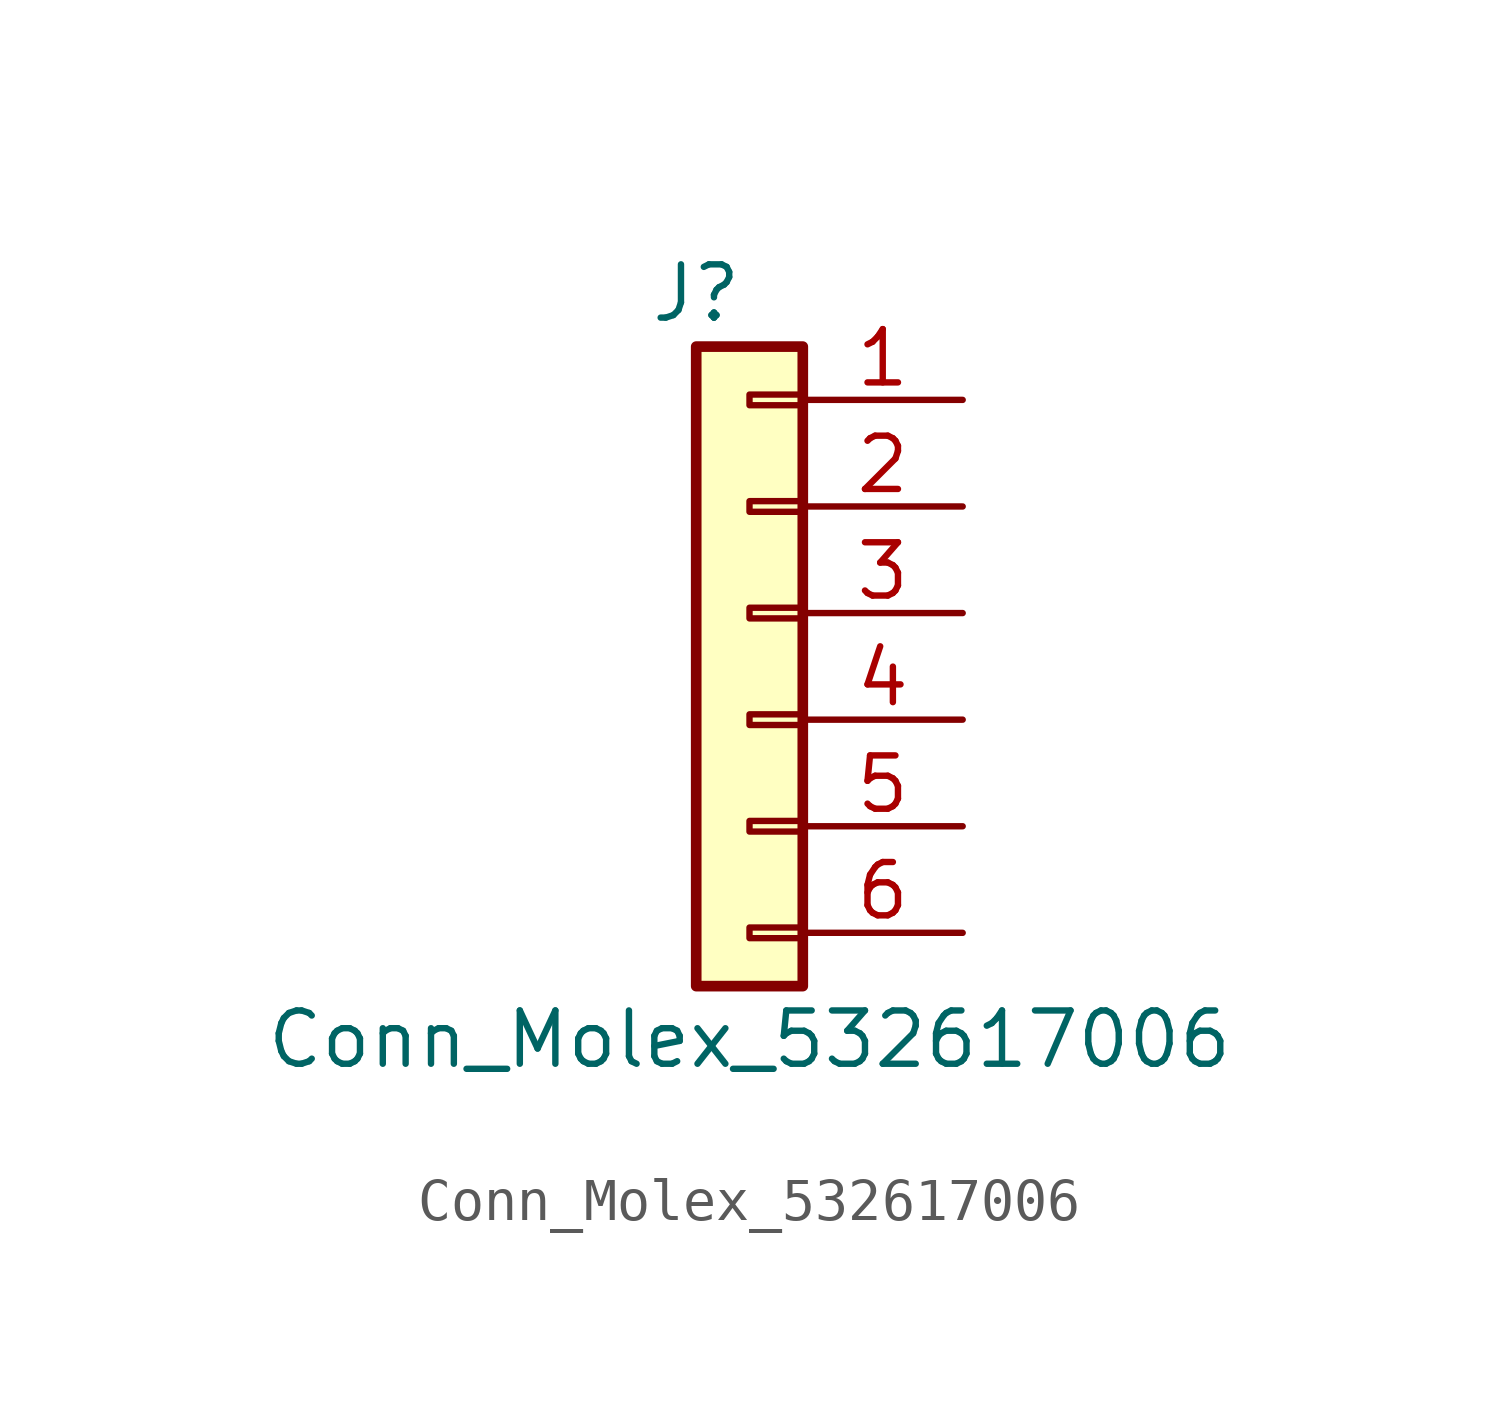
<source format=kicad_sym>
(kicad_symbol_lib
  (version 20211014)
  (generator kicad_symbol_editor)
  (symbol "Conn_Molex_532617006"
    (pin_names
      (offset 1.016) hide)
    (property "Reference" "J"
      (at -1.27 2.54 0)
      (effects (font (size 1.27 1.27))))
    (property "Value" "Conn_Molex_532617006"
      (at 0 -15.24 0)
      (effects (font (size 1.27 1.27))))
    (symbol "Conn_Molex_532617006_1_1"
      (rectangle (start 1.27 -12.573) (end 0 -12.827) (stroke (width 0.152) (type default) (color 0 0 0 0)) (fill (type none)))
      (rectangle (start 1.27 -10.033) (end 0 -10.287) (stroke (width 0.152) (type default) (color 0 0 0 0)) (fill (type none)))
      (rectangle (start 1.27 -7.493) (end 0 -7.747) (stroke (width 0.152) (type default) (color 0 0 0 0)) (fill (type none)))
      (rectangle (start 1.27 -4.953) (end 0 -5.207) (stroke (width 0.152) (type default) (color 0 0 0 0)) (fill (type none)))
      (rectangle (start 1.27 -2.413) (end 0 -2.667) (stroke (width 0.152) (type default) (color 0 0 0 0)) (fill (type none)))
      (rectangle (start 1.27 0.127) (end 0 -0.127) (stroke (width 0.152) (type default) (color 0 0 0 0)) (fill (type none)))
      (rectangle (start 1.27 1.27) (end -1.27 -13.97) (stroke (width 0.254) (type default) (color 0 0 0 0)) (fill (type background)))
      (pin passive line (at 5.08 0 180) (length 3.81) (name "Pin_1" (effects (font (size 1.27 1.27)))) (number "1" (effects (font (size 1.27 1.27)))))
      (pin passive line (at 5.08 -2.54 180) (length 3.81) (name "Pin_2" (effects (font (size 1.27 1.27)))) (number "2" (effects (font (size 1.27 1.27)))))
      (pin passive line (at 5.08 -5.08 180) (length 3.81) (name "Pin_3" (effects (font (size 1.27 1.27)))) (number "3" (effects (font (size 1.27 1.27)))))
      (pin passive line (at 5.08 -7.62 180) (length 3.81) (name "Pin_4" (effects (font (size 1.27 1.27)))) (number "4" (effects (font (size 1.27 1.27)))))
      (pin passive line (at 5.08 -10.16 180) (length 3.81) (name "Pin_5" (effects (font (size 1.27 1.27)))) (number "5" (effects (font (size 1.27 1.27)))))
      (pin passive line (at 5.08 -12.7 180) (length 3.81) (name "Pin_6" (effects (font (size 1.27 1.27)))) (number "6" (effects (font (size 1.27 1.27))))))))
</source>
